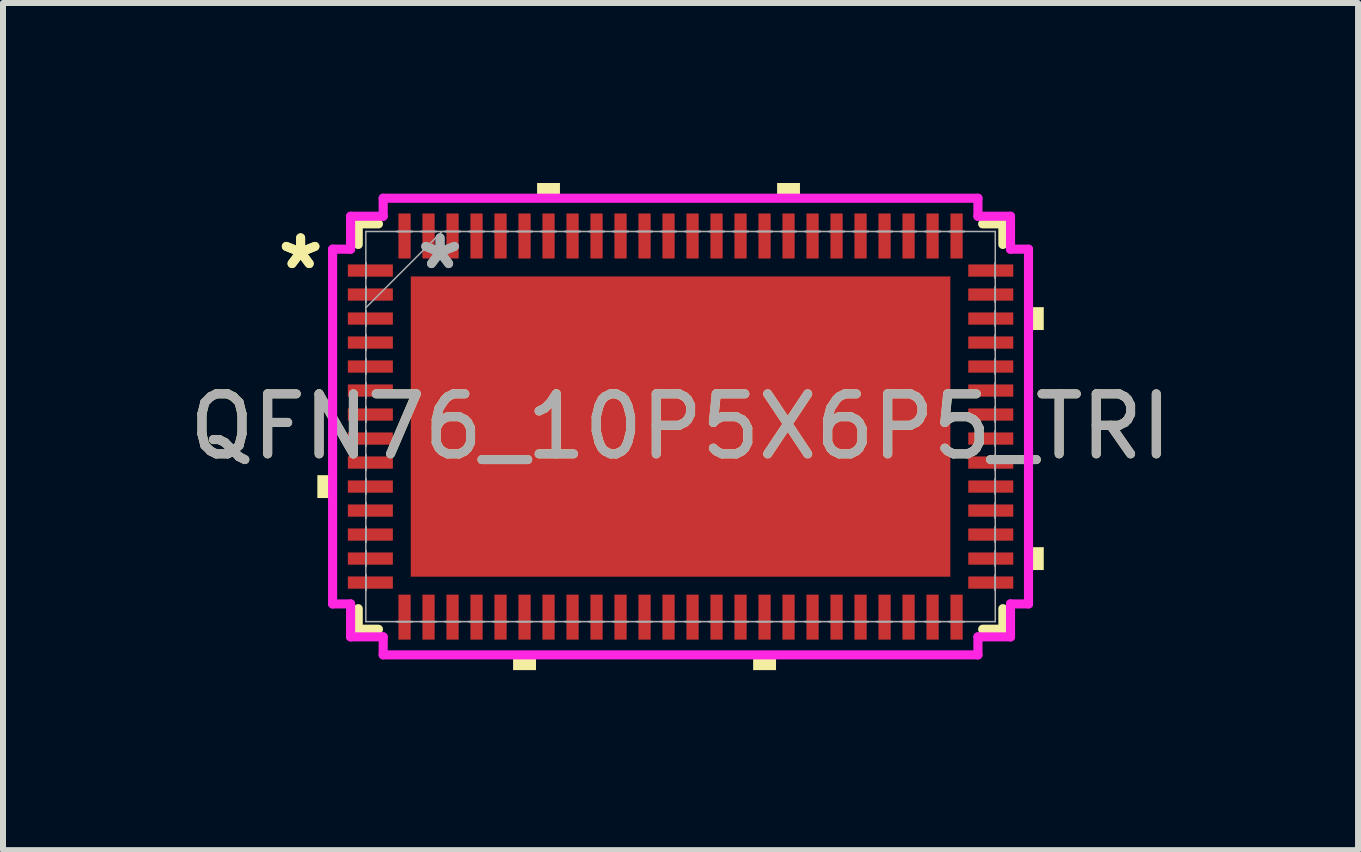
<source format=kicad_pcb>
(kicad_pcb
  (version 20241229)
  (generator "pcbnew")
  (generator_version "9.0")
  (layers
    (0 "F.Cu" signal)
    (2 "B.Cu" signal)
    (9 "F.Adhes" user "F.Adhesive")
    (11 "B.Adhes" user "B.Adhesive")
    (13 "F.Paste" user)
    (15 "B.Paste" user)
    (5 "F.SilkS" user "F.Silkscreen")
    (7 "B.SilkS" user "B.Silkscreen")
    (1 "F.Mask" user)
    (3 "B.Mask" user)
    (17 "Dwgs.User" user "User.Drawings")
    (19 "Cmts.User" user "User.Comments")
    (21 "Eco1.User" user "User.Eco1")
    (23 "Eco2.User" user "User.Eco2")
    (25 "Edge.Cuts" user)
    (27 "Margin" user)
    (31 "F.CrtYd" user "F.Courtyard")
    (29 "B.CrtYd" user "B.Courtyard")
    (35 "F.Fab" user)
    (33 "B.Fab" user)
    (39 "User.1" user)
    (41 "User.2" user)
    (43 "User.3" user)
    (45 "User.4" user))
  (footprint "QFN76_10P5X6P5_TRI"
    (layer "F.Cu")
    (at 8.292 4.059)
    (property "Reference" "QFN76_10P5X6P5_TRI" (at 0 0 0) (unlocked yes) (layer "F.SilkS") (effects (font (size 1 1) (thickness 0.15))))
    (attr smd)
    (fp_line (start -5.372 -3.378) (end -5.372 -3.035) (stroke (width 0.152) (type solid)) (layer "F.SilkS"))
    (fp_line (start -5.372 3.035) (end -5.372 3.378) (stroke (width 0.152) (type solid)) (layer "F.SilkS"))
    (fp_line (start -5.372 3.378) (end -5.035 3.378) (stroke (width 0.152) (type solid)) (layer "F.SilkS"))
    (fp_line (start -5.035 -3.378) (end -5.372 -3.378) (stroke (width 0.152) (type solid)) (layer "F.SilkS"))
    (fp_line (start 5.035 3.378) (end 5.372 3.378) (stroke (width 0.152) (type solid)) (layer "F.SilkS"))
    (fp_line (start 5.372 -3.378) (end 5.035 -3.378) (stroke (width 0.152) (type solid)) (layer "F.SilkS"))
    (fp_line (start 5.372 -3.035) (end 5.372 -3.378) (stroke (width 0.152) (type solid)) (layer "F.SilkS"))
    (fp_line (start 5.372 3.378) (end 5.372 3.035) (stroke (width 0.152) (type solid)) (layer "F.SilkS"))
    (fp_poly (pts (xy -6.053 0.81) (xy -6.053 1.191) (xy -5.799 1.191) (xy -5.799 0.81)) (stroke (width 0) (type solid)) (fill yes) (layer "F.SilkS"))
    (fp_poly (pts (xy -2.791 3.805) (xy -2.791 4.059) (xy -2.409 4.059) (xy -2.409 3.805)) (stroke (width 0) (type solid)) (fill yes) (layer "F.SilkS"))
    (fp_poly (pts (xy -2.391 -3.805) (xy -2.391 -4.059) (xy -2.01 -4.059) (xy -2.01 -3.805)) (stroke (width 0) (type solid)) (fill yes) (layer "F.SilkS"))
    (fp_poly (pts (xy 1.21 3.805) (xy 1.21 4.059) (xy 1.591 4.059) (xy 1.591 3.805)) (stroke (width 0) (type solid)) (fill yes) (layer "F.SilkS"))
    (fp_poly (pts (xy 1.609 -3.805) (xy 1.609 -4.059) (xy 1.99 -4.059) (xy 1.99 -3.805)) (stroke (width 0) (type solid)) (fill yes) (layer "F.SilkS"))
    (fp_poly (pts (xy 6.053 -1.99) (xy 6.053 -1.609) (xy 5.799 -1.609) (xy 5.799 -1.99)) (stroke (width 0) (type solid)) (fill yes) (layer "F.SilkS"))
    (fp_poly (pts (xy 6.053 2.01) (xy 6.053 2.391) (xy 5.799 2.391) (xy 5.799 2.01)) (stroke (width 0) (type solid)) (fill yes) (layer "F.SilkS"))
    (fp_line (start -5.799 -2.956) (end -5.499 -2.956) (stroke (width 0.152) (type solid)) (layer "F.CrtYd"))
    (fp_line (start -5.799 2.956) (end -5.799 -2.956) (stroke (width 0.152) (type solid)) (layer "F.CrtYd"))
    (fp_line (start -5.499 -3.505) (end -4.956 -3.505) (stroke (width 0.152) (type solid)) (layer "F.CrtYd"))
    (fp_line (start -5.499 -2.956) (end -5.499 -3.505) (stroke (width 0.152) (type solid)) (layer "F.CrtYd"))
    (fp_line (start -5.499 2.956) (end -5.799 2.956) (stroke (width 0.152) (type solid)) (layer "F.CrtYd"))
    (fp_line (start -5.499 3.505) (end -5.499 2.956) (stroke (width 0.152) (type solid)) (layer "F.CrtYd"))
    (fp_line (start -4.956 -3.805) (end 4.956 -3.805) (stroke (width 0.152) (type solid)) (layer "F.CrtYd"))
    (fp_line (start -4.956 -3.505) (end -4.956 -3.805) (stroke (width 0.152) (type solid)) (layer "F.CrtYd"))
    (fp_line (start -4.956 3.505) (end -5.499 3.505) (stroke (width 0.152) (type solid)) (layer "F.CrtYd"))
    (fp_line (start -4.956 3.805) (end -4.956 3.505) (stroke (width 0.152) (type solid)) (layer "F.CrtYd"))
    (fp_line (start 4.956 -3.805) (end 4.956 -3.505) (stroke (width 0.152) (type solid)) (layer "F.CrtYd"))
    (fp_line (start 4.956 -3.505) (end 5.499 -3.505) (stroke (width 0.152) (type solid)) (layer "F.CrtYd"))
    (fp_line (start 4.956 3.505) (end 4.956 3.805) (stroke (width 0.152) (type solid)) (layer "F.CrtYd"))
    (fp_line (start 4.956 3.805) (end -4.956 3.805) (stroke (width 0.152) (type solid)) (layer "F.CrtYd"))
    (fp_line (start 5.499 -3.505) (end 5.499 -2.956) (stroke (width 0.152) (type solid)) (layer "F.CrtYd"))
    (fp_line (start 5.499 -2.956) (end 5.799 -2.956) (stroke (width 0.152) (type solid)) (layer "F.CrtYd"))
    (fp_line (start 5.499 2.956) (end 5.499 3.505) (stroke (width 0.152) (type solid)) (layer "F.CrtYd"))
    (fp_line (start 5.499 3.505) (end 4.956 3.505) (stroke (width 0.152) (type solid)) (layer "F.CrtYd"))
    (fp_line (start 5.799 -2.956) (end 5.799 2.956) (stroke (width 0.152) (type solid)) (layer "F.CrtYd"))
    (fp_line (start 5.799 2.956) (end 5.499 2.956) (stroke (width 0.152) (type solid)) (layer "F.CrtYd"))
    (fp_line (start -5.245 -3.251) (end -5.245 3.251) (stroke (width 0.025) (type solid)) (layer "F.Fab"))
    (fp_line (start -5.245 -2.727) (end -5.245 -2.727) (stroke (width 0.025) (type solid)) (layer "F.Fab"))
    (fp_line (start -5.245 -2.727) (end -5.245 -2.473) (stroke (width 0.025) (type solid)) (layer "F.Fab"))
    (fp_line (start -5.245 -2.473) (end -5.245 -2.727) (stroke (width 0.025) (type solid)) (layer "F.Fab"))
    (fp_line (start -5.245 -2.473) (end -5.245 -2.473) (stroke (width 0.025) (type solid)) (layer "F.Fab"))
    (fp_line (start -5.245 -2.327) (end -5.245 -2.327) (stroke (width 0.025) (type solid)) (layer "F.Fab"))
    (fp_line (start -5.245 -2.327) (end -5.245 -2.073) (stroke (width 0.025) (type solid)) (layer "F.Fab"))
    (fp_line (start -5.245 -2.073) (end -5.245 -2.327) (stroke (width 0.025) (type solid)) (layer "F.Fab"))
    (fp_line (start -5.245 -2.073) (end -5.245 -2.073) (stroke (width 0.025) (type solid)) (layer "F.Fab"))
    (fp_line (start -5.245 -1.981) (end -3.975 -3.251) (stroke (width 0.025) (type solid)) (layer "F.Fab"))
    (fp_line (start -5.245 -1.927) (end -5.245 -1.927) (stroke (width 0.025) (type solid)) (layer "F.Fab"))
    (fp_line (start -5.245 -1.927) (end -5.245 -1.673) (stroke (width 0.025) (type solid)) (layer "F.Fab"))
    (fp_line (start -5.245 -1.673) (end -5.245 -1.927) (stroke (width 0.025) (type solid)) (layer "F.Fab"))
    (fp_line (start -5.245 -1.673) (end -5.245 -1.673) (stroke (width 0.025) (type solid)) (layer "F.Fab"))
    (fp_line (start -5.245 -1.527) (end -5.245 -1.527) (stroke (width 0.025) (type solid)) (layer "F.Fab"))
    (fp_line (start -5.245 -1.527) (end -5.245 -1.273) (stroke (width 0.025) (type solid)) (layer "F.Fab"))
    (fp_line (start -5.245 -1.273) (end -5.245 -1.527) (stroke (width 0.025) (type solid)) (layer "F.Fab"))
    (fp_line (start -5.245 -1.273) (end -5.245 -1.273) (stroke (width 0.025) (type solid)) (layer "F.Fab"))
    (fp_line (start -5.245 -1.127) (end -5.245 -1.127) (stroke (width 0.025) (type solid)) (layer "F.Fab"))
    (fp_line (start -5.245 -1.127) (end -5.245 -0.873) (stroke (width 0.025) (type solid)) (layer "F.Fab"))
    (fp_line (start -5.245 -0.873) (end -5.245 -1.127) (stroke (width 0.025) (type solid)) (layer "F.Fab"))
    (fp_line (start -5.245 -0.873) (end -5.245 -0.873) (stroke (width 0.025) (type solid)) (layer "F.Fab"))
    (fp_line (start -5.245 -0.727) (end -5.245 -0.727) (stroke (width 0.025) (type solid)) (layer "F.Fab"))
    (fp_line (start -5.245 -0.727) (end -5.245 -0.473) (stroke (width 0.025) (type solid)) (layer "F.Fab"))
    (fp_line (start -5.245 -0.473) (end -5.245 -0.727) (stroke (width 0.025) (type solid)) (layer "F.Fab"))
    (fp_line (start -5.245 -0.473) (end -5.245 -0.473) (stroke (width 0.025) (type solid)) (layer "F.Fab"))
    (fp_line (start -5.245 -0.327) (end -5.245 -0.327) (stroke (width 0.025) (type solid)) (layer "F.Fab"))
    (fp_line (start -5.245 -0.327) (end -5.245 -0.073) (stroke (width 0.025) (type solid)) (layer "F.Fab"))
    (fp_line (start -5.245 -0.073) (end -5.245 -0.327) (stroke (width 0.025) (type solid)) (layer "F.Fab"))
    (fp_line (start -5.245 -0.073) (end -5.245 -0.073) (stroke (width 0.025) (type solid)) (layer "F.Fab"))
    (fp_line (start -5.245 0.073) (end -5.245 0.073) (stroke (width 0.025) (type solid)) (layer "F.Fab"))
    (fp_line (start -5.245 0.073) (end -5.245 0.327) (stroke (width 0.025) (type solid)) (layer "F.Fab"))
    (fp_line (start -5.245 0.327) (end -5.245 0.073) (stroke (width 0.025) (type solid)) (layer "F.Fab"))
    (fp_line (start -5.245 0.327) (end -5.245 0.327) (stroke (width 0.025) (type solid)) (layer "F.Fab"))
    (fp_line (start -5.245 0.473) (end -5.245 0.473) (stroke (width 0.025) (type solid)) (layer "F.Fab"))
    (fp_line (start -5.245 0.473) (end -5.245 0.727) (stroke (width 0.025) (type solid)) (layer "F.Fab"))
    (fp_line (start -5.245 0.727) (end -5.245 0.473) (stroke (width 0.025) (type solid)) (layer "F.Fab"))
    (fp_line (start -5.245 0.727) (end -5.245 0.727) (stroke (width 0.025) (type solid)) (layer "F.Fab"))
    (fp_line (start -5.245 0.873) (end -5.245 0.873) (stroke (width 0.025) (type solid)) (layer "F.Fab"))
    (fp_line (start -5.245 0.873) (end -5.245 1.127) (stroke (width 0.025) (type solid)) (layer "F.Fab"))
    (fp_line (start -5.245 1.127) (end -5.245 0.873) (stroke (width 0.025) (type solid)) (layer "F.Fab"))
    (fp_line (start -5.245 1.127) (end -5.245 1.127) (stroke (width 0.025) (type solid)) (layer "F.Fab"))
    (fp_line (start -5.245 1.273) (end -5.245 1.273) (stroke (width 0.025) (type solid)) (layer "F.Fab"))
    (fp_line (start -5.245 1.273) (end -5.245 1.527) (stroke (width 0.025) (type solid)) (layer "F.Fab"))
    (fp_line (start -5.245 1.527) (end -5.245 1.273) (stroke (width 0.025) (type solid)) (layer "F.Fab"))
    (fp_line (start -5.245 1.527) (end -5.245 1.527) (stroke (width 0.025) (type solid)) (layer "F.Fab"))
    (fp_line (start -5.245 1.673) (end -5.245 1.673) (stroke (width 0.025) (type solid)) (layer "F.Fab"))
    (fp_line (start -5.245 1.673) (end -5.245 1.927) (stroke (width 0.025) (type solid)) (layer "F.Fab"))
    (fp_line (start -5.245 1.927) (end -5.245 1.673) (stroke (width 0.025) (type solid)) (layer "F.Fab"))
    (fp_line (start -5.245 1.927) (end -5.245 1.927) (stroke (width 0.025) (type solid)) (layer "F.Fab"))
    (fp_line (start -5.245 2.073) (end -5.245 2.073) (stroke (width 0.025) (type solid)) (layer "F.Fab"))
    (fp_line (start -5.245 2.073) (end -5.245 2.327) (stroke (width 0.025) (type solid)) (layer "F.Fab"))
    (fp_line (start -5.245 2.327) (end -5.245 2.073) (stroke (width 0.025) (type solid)) (layer "F.Fab"))
    (fp_line (start -5.245 2.327) (end -5.245 2.327) (stroke (width 0.025) (type solid)) (layer "F.Fab"))
    (fp_line (start -5.245 2.473) (end -5.245 2.473) (stroke (width 0.025) (type solid)) (layer "F.Fab"))
    (fp_line (start -5.245 2.473) (end -5.245 2.727) (stroke (width 0.025) (type solid)) (layer "F.Fab"))
    (fp_line (start -5.245 2.727) (end -5.245 2.473) (stroke (width 0.025) (type solid)) (layer "F.Fab"))
    (fp_line (start -5.245 2.727) (end -5.245 2.727) (stroke (width 0.025) (type solid)) (layer "F.Fab"))
    (fp_line (start -5.245 3.251) (end 5.245 3.251) (stroke (width 0.025) (type solid)) (layer "F.Fab"))
    (fp_line (start -4.727 -3.251) (end -4.727 -3.251) (stroke (width 0.025) (type solid)) (layer "F.Fab"))
    (fp_line (start -4.727 -3.251) (end -4.473 -3.251) (stroke (width 0.025) (type solid)) (layer "F.Fab"))
    (fp_line (start -4.727 3.251) (end -4.727 3.251) (stroke (width 0.025) (type solid)) (layer "F.Fab"))
    (fp_line (start -4.727 3.251) (end -4.473 3.251) (stroke (width 0.025) (type solid)) (layer "F.Fab"))
    (fp_line (start -4.473 -3.251) (end -4.727 -3.251) (stroke (width 0.025) (type solid)) (layer "F.Fab"))
    (fp_line (start -4.473 -3.251) (end -4.473 -3.251) (stroke (width 0.025) (type solid)) (layer "F.Fab"))
    (fp_line (start -4.473 3.251) (end -4.727 3.251) (stroke (width 0.025) (type solid)) (layer "F.Fab"))
    (fp_line (start -4.473 3.251) (end -4.473 3.251) (stroke (width 0.025) (type solid)) (layer "F.Fab"))
    (fp_line (start -4.327 -3.251) (end -4.327 -3.251) (stroke (width 0.025) (type solid)) (layer "F.Fab"))
    (fp_line (start -4.327 -3.251) (end -4.073 -3.251) (stroke (width 0.025) (type solid)) (layer "F.Fab"))
    (fp_line (start -4.327 3.251) (end -4.327 3.251) (stroke (width 0.025) (type solid)) (layer "F.Fab"))
    (fp_line (start -4.327 3.251) (end -4.073 3.251) (stroke (width 0.025) (type solid)) (layer "F.Fab"))
    (fp_line (start -4.073 -3.251) (end -4.327 -3.251) (stroke (width 0.025) (type solid)) (layer "F.Fab"))
    (fp_line (start -4.073 -3.251) (end -4.073 -3.251) (stroke (width 0.025) (type solid)) (layer "F.Fab"))
    (fp_line (start -4.073 3.251) (end -4.327 3.251) (stroke (width 0.025) (type solid)) (layer "F.Fab"))
    (fp_line (start -4.073 3.251) (end -4.073 3.251) (stroke (width 0.025) (type solid)) (layer "F.Fab"))
    (fp_line (start -3.927 -3.251) (end -3.927 -3.251) (stroke (width 0.025) (type solid)) (layer "F.Fab"))
    (fp_line (start -3.927 -3.251) (end -3.673 -3.251) (stroke (width 0.025) (type solid)) (layer "F.Fab"))
    (fp_line (start -3.927 3.251) (end -3.927 3.251) (stroke (width 0.025) (type solid)) (layer "F.Fab"))
    (fp_line (start -3.927 3.251) (end -3.673 3.251) (stroke (width 0.025) (type solid)) (layer "F.Fab"))
    (fp_line (start -3.673 -3.251) (end -3.927 -3.251) (stroke (width 0.025) (type solid)) (layer "F.Fab"))
    (fp_line (start -3.673 -3.251) (end -3.673 -3.251) (stroke (width 0.025) (type solid)) (layer "F.Fab"))
    (fp_line (start -3.673 3.251) (end -3.927 3.251) (stroke (width 0.025) (type solid)) (layer "F.Fab"))
    (fp_line (start -3.673 3.251) (end -3.673 3.251) (stroke (width 0.025) (type solid)) (layer "F.Fab"))
    (fp_line (start -3.527 -3.251) (end -3.527 -3.251) (stroke (width 0.025) (type solid)) (layer "F.Fab"))
    (fp_line (start -3.527 -3.251) (end -3.273 -3.251) (stroke (width 0.025) (type solid)) (layer "F.Fab"))
    (fp_line (start -3.527 3.251) (end -3.527 3.251) (stroke (width 0.025) (type solid)) (layer "F.Fab"))
    (fp_line (start -3.527 3.251) (end -3.273 3.251) (stroke (width 0.025) (type solid)) (layer "F.Fab"))
    (fp_line (start -3.273 -3.251) (end -3.527 -3.251) (stroke (width 0.025) (type solid)) (layer "F.Fab"))
    (fp_line (start -3.273 -3.251) (end -3.273 -3.251) (stroke (width 0.025) (type solid)) (layer "F.Fab"))
    (fp_line (start -3.273 3.251) (end -3.527 3.251) (stroke (width 0.025) (type solid)) (layer "F.Fab"))
    (fp_line (start -3.273 3.251) (end -3.273 3.251) (stroke (width 0.025) (type solid)) (layer "F.Fab"))
    (fp_line (start -3.127 -3.251) (end -3.127 -3.251) (stroke (width 0.025) (type solid)) (layer "F.Fab"))
    (fp_line (start -3.127 -3.251) (end -2.873 -3.251) (stroke (width 0.025) (type solid)) (layer "F.Fab"))
    (fp_line (start -3.127 3.251) (end -3.127 3.251) (stroke (width 0.025) (type solid)) (layer "F.Fab"))
    (fp_line (start -3.127 3.251) (end -2.873 3.251) (stroke (width 0.025) (type solid)) (layer "F.Fab"))
    (fp_line (start -2.873 -3.251) (end -3.127 -3.251) (stroke (width 0.025) (type solid)) (layer "F.Fab"))
    (fp_line (start -2.873 -3.251) (end -2.873 -3.251) (stroke (width 0.025) (type solid)) (layer "F.Fab"))
    (fp_line (start -2.873 3.251) (end -3.127 3.251) (stroke (width 0.025) (type solid)) (layer "F.Fab"))
    (fp_line (start -2.873 3.251) (end -2.873 3.251) (stroke (width 0.025) (type solid)) (layer "F.Fab"))
    (fp_line (start -2.727 -3.251) (end -2.727 -3.251) (stroke (width 0.025) (type solid)) (layer "F.Fab"))
    (fp_line (start -2.727 -3.251) (end -2.473 -3.251) (stroke (width 0.025) (type solid)) (layer "F.Fab"))
    (fp_line (start -2.727 3.251) (end -2.727 3.251) (stroke (width 0.025) (type solid)) (layer "F.Fab"))
    (fp_line (start -2.727 3.251) (end -2.473 3.251) (stroke (width 0.025) (type solid)) (layer "F.Fab"))
    (fp_line (start -2.473 -3.251) (end -2.727 -3.251) (stroke (width 0.025) (type solid)) (layer "F.Fab"))
    (fp_line (start -2.473 -3.251) (end -2.473 -3.251) (stroke (width 0.025) (type solid)) (layer "F.Fab"))
    (fp_line (start -2.473 3.251) (end -2.727 3.251) (stroke (width 0.025) (type solid)) (layer "F.Fab"))
    (fp_line (start -2.473 3.251) (end -2.473 3.251) (stroke (width 0.025) (type solid)) (layer "F.Fab"))
    (fp_line (start -2.327 -3.251) (end -2.327 -3.251) (stroke (width 0.025) (type solid)) (layer "F.Fab"))
    (fp_line (start -2.327 -3.251) (end -2.073 -3.251) (stroke (width 0.025) (type solid)) (layer "F.Fab"))
    (fp_line (start -2.327 3.251) (end -2.327 3.251) (stroke (width 0.025) (type solid)) (layer "F.Fab"))
    (fp_line (start -2.327 3.251) (end -2.073 3.251) (stroke (width 0.025) (type solid)) (layer "F.Fab"))
    (fp_line (start -2.073 -3.251) (end -2.327 -3.251) (stroke (width 0.025) (type solid)) (layer "F.Fab"))
    (fp_line (start -2.073 -3.251) (end -2.073 -3.251) (stroke (width 0.025) (type solid)) (layer "F.Fab"))
    (fp_line (start -2.073 3.251) (end -2.327 3.251) (stroke (width 0.025) (type solid)) (layer "F.Fab"))
    (fp_line (start -2.073 3.251) (end -2.073 3.251) (stroke (width 0.025) (type solid)) (layer "F.Fab"))
    (fp_line (start -1.927 -3.251) (end -1.927 -3.251) (stroke (width 0.025) (type solid)) (layer "F.Fab"))
    (fp_line (start -1.927 -3.251) (end -1.673 -3.251) (stroke (width 0.025) (type solid)) (layer "F.Fab"))
    (fp_line (start -1.927 3.251) (end -1.927 3.251) (stroke (width 0.025) (type solid)) (layer "F.Fab"))
    (fp_line (start -1.927 3.251) (end -1.673 3.251) (stroke (width 0.025) (type solid)) (layer "F.Fab"))
    (fp_line (start -1.673 -3.251) (end -1.927 -3.251) (stroke (width 0.025) (type solid)) (layer "F.Fab"))
    (fp_line (start -1.673 -3.251) (end -1.673 -3.251) (stroke (width 0.025) (type solid)) (layer "F.Fab"))
    (fp_line (start -1.673 3.251) (end -1.927 3.251) (stroke (width 0.025) (type solid)) (layer "F.Fab"))
    (fp_line (start -1.673 3.251) (end -1.673 3.251) (stroke (width 0.025) (type solid)) (layer "F.Fab"))
    (fp_line (start -1.527 -3.251) (end -1.527 -3.251) (stroke (width 0.025) (type solid)) (layer "F.Fab"))
    (fp_line (start -1.527 -3.251) (end -1.273 -3.251) (stroke (width 0.025) (type solid)) (layer "F.Fab"))
    (fp_line (start -1.527 3.251) (end -1.527 3.251) (stroke (width 0.025) (type solid)) (layer "F.Fab"))
    (fp_line (start -1.527 3.251) (end -1.273 3.251) (stroke (width 0.025) (type solid)) (layer "F.Fab"))
    (fp_line (start -1.273 -3.251) (end -1.527 -3.251) (stroke (width 0.025) (type solid)) (layer "F.Fab"))
    (fp_line (start -1.273 -3.251) (end -1.273 -3.251) (stroke (width 0.025) (type solid)) (layer "F.Fab"))
    (fp_line (start -1.273 3.251) (end -1.527 3.251) (stroke (width 0.025) (type solid)) (layer "F.Fab"))
    (fp_line (start -1.273 3.251) (end -1.273 3.251) (stroke (width 0.025) (type solid)) (layer "F.Fab"))
    (fp_line (start -1.127 -3.251) (end -1.127 -3.251) (stroke (width 0.025) (type solid)) (layer "F.Fab"))
    (fp_line (start -1.127 -3.251) (end -0.873 -3.251) (stroke (width 0.025) (type solid)) (layer "F.Fab"))
    (fp_line (start -1.127 3.251) (end -1.127 3.251) (stroke (width 0.025) (type solid)) (layer "F.Fab"))
    (fp_line (start -1.127 3.251) (end -0.873 3.251) (stroke (width 0.025) (type solid)) (layer "F.Fab"))
    (fp_line (start -0.873 -3.251) (end -1.127 -3.251) (stroke (width 0.025) (type solid)) (layer "F.Fab"))
    (fp_line (start -0.873 -3.251) (end -0.873 -3.251) (stroke (width 0.025) (type solid)) (layer "F.Fab"))
    (fp_line (start -0.873 3.251) (end -1.127 3.251) (stroke (width 0.025) (type solid)) (layer "F.Fab"))
    (fp_line (start -0.873 3.251) (end -0.873 3.251) (stroke (width 0.025) (type solid)) (layer "F.Fab"))
    (fp_line (start -0.727 -3.251) (end -0.727 -3.251) (stroke (width 0.025) (type solid)) (layer "F.Fab"))
    (fp_line (start -0.727 -3.251) (end -0.473 -3.251) (stroke (width 0.025) (type solid)) (layer "F.Fab"))
    (fp_line (start -0.727 3.251) (end -0.727 3.251) (stroke (width 0.025) (type solid)) (layer "F.Fab"))
    (fp_line (start -0.727 3.251) (end -0.473 3.251) (stroke (width 0.025) (type solid)) (layer "F.Fab"))
    (fp_line (start -0.473 -3.251) (end -0.727 -3.251) (stroke (width 0.025) (type solid)) (layer "F.Fab"))
    (fp_line (start -0.473 -3.251) (end -0.473 -3.251) (stroke (width 0.025) (type solid)) (layer "F.Fab"))
    (fp_line (start -0.473 3.251) (end -0.727 3.251) (stroke (width 0.025) (type solid)) (layer "F.Fab"))
    (fp_line (start -0.473 3.251) (end -0.473 3.251) (stroke (width 0.025) (type solid)) (layer "F.Fab"))
    (fp_line (start -0.327 -3.251) (end -0.327 -3.251) (stroke (width 0.025) (type solid)) (layer "F.Fab"))
    (fp_line (start -0.327 -3.251) (end -0.073 -3.251) (stroke (width 0.025) (type solid)) (layer "F.Fab"))
    (fp_line (start -0.327 3.251) (end -0.327 3.251) (stroke (width 0.025) (type solid)) (layer "F.Fab"))
    (fp_line (start -0.327 3.251) (end -0.073 3.251) (stroke (width 0.025) (type solid)) (layer "F.Fab"))
    (fp_line (start -0.073 -3.251) (end -0.327 -3.251) (stroke (width 0.025) (type solid)) (layer "F.Fab"))
    (fp_line (start -0.073 -3.251) (end -0.073 -3.251) (stroke (width 0.025) (type solid)) (layer "F.Fab"))
    (fp_line (start -0.073 3.251) (end -0.327 3.251) (stroke (width 0.025) (type solid)) (layer "F.Fab"))
    (fp_line (start -0.073 3.251) (end -0.073 3.251) (stroke (width 0.025) (type solid)) (layer "F.Fab"))
    (fp_line (start 0.073 -3.251) (end 0.073 -3.251) (stroke (width 0.025) (type solid)) (layer "F.Fab"))
    (fp_line (start 0.073 -3.251) (end 0.327 -3.251) (stroke (width 0.025) (type solid)) (layer "F.Fab"))
    (fp_line (start 0.073 3.251) (end 0.073 3.251) (stroke (width 0.025) (type solid)) (layer "F.Fab"))
    (fp_line (start 0.073 3.251) (end 0.327 3.251) (stroke (width 0.025) (type solid)) (layer "F.Fab"))
    (fp_line (start 0.327 -3.251) (end 0.073 -3.251) (stroke (width 0.025) (type solid)) (layer "F.Fab"))
    (fp_line (start 0.327 -3.251) (end 0.327 -3.251) (stroke (width 0.025) (type solid)) (layer "F.Fab"))
    (fp_line (start 0.327 3.251) (end 0.073 3.251) (stroke (width 0.025) (type solid)) (layer "F.Fab"))
    (fp_line (start 0.327 3.251) (end 0.327 3.251) (stroke (width 0.025) (type solid)) (layer "F.Fab"))
    (fp_line (start 0.473 -3.251) (end 0.473 -3.251) (stroke (width 0.025) (type solid)) (layer "F.Fab"))
    (fp_line (start 0.473 -3.251) (end 0.727 -3.251) (stroke (width 0.025) (type solid)) (layer "F.Fab"))
    (fp_line (start 0.473 3.251) (end 0.473 3.251) (stroke (width 0.025) (type solid)) (layer "F.Fab"))
    (fp_line (start 0.473 3.251) (end 0.727 3.251) (stroke (width 0.025) (type solid)) (layer "F.Fab"))
    (fp_line (start 0.727 -3.251) (end 0.473 -3.251) (stroke (width 0.025) (type solid)) (layer "F.Fab"))
    (fp_line (start 0.727 -3.251) (end 0.727 -3.251) (stroke (width 0.025) (type solid)) (layer "F.Fab"))
    (fp_line (start 0.727 3.251) (end 0.473 3.251) (stroke (width 0.025) (type solid)) (layer "F.Fab"))
    (fp_line (start 0.727 3.251) (end 0.727 3.251) (stroke (width 0.025) (type solid)) (layer "F.Fab"))
    (fp_line (start 0.873 -3.251) (end 0.873 -3.251) (stroke (width 0.025) (type solid)) (layer "F.Fab"))
    (fp_line (start 0.873 -3.251) (end 1.127 -3.251) (stroke (width 0.025) (type solid)) (layer "F.Fab"))
    (fp_line (start 0.873 3.251) (end 0.873 3.251) (stroke (width 0.025) (type solid)) (layer "F.Fab"))
    (fp_line (start 0.873 3.251) (end 1.127 3.251) (stroke (width 0.025) (type solid)) (layer "F.Fab"))
    (fp_line (start 1.127 -3.251) (end 0.873 -3.251) (stroke (width 0.025) (type solid)) (layer "F.Fab"))
    (fp_line (start 1.127 -3.251) (end 1.127 -3.251) (stroke (width 0.025) (type solid)) (layer "F.Fab"))
    (fp_line (start 1.127 3.251) (end 0.873 3.251) (stroke (width 0.025) (type solid)) (layer "F.Fab"))
    (fp_line (start 1.127 3.251) (end 1.127 3.251) (stroke (width 0.025) (type solid)) (layer "F.Fab"))
    (fp_line (start 1.273 -3.251) (end 1.273 -3.251) (stroke (width 0.025) (type solid)) (layer "F.Fab"))
    (fp_line (start 1.273 -3.251) (end 1.527 -3.251) (stroke (width 0.025) (type solid)) (layer "F.Fab"))
    (fp_line (start 1.273 3.251) (end 1.273 3.251) (stroke (width 0.025) (type solid)) (layer "F.Fab"))
    (fp_line (start 1.273 3.251) (end 1.527 3.251) (stroke (width 0.025) (type solid)) (layer "F.Fab"))
    (fp_line (start 1.527 -3.251) (end 1.273 -3.251) (stroke (width 0.025) (type solid)) (layer "F.Fab"))
    (fp_line (start 1.527 -3.251) (end 1.527 -3.251) (stroke (width 0.025) (type solid)) (layer "F.Fab"))
    (fp_line (start 1.527 3.251) (end 1.273 3.251) (stroke (width 0.025) (type solid)) (layer "F.Fab"))
    (fp_line (start 1.527 3.251) (end 1.527 3.251) (stroke (width 0.025) (type solid)) (layer "F.Fab"))
    (fp_line (start 1.673 -3.251) (end 1.673 -3.251) (stroke (width 0.025) (type solid)) (layer "F.Fab"))
    (fp_line (start 1.673 -3.251) (end 1.927 -3.251) (stroke (width 0.025) (type solid)) (layer "F.Fab"))
    (fp_line (start 1.673 3.251) (end 1.673 3.251) (stroke (width 0.025) (type solid)) (layer "F.Fab"))
    (fp_line (start 1.673 3.251) (end 1.927 3.251) (stroke (width 0.025) (type solid)) (layer "F.Fab"))
    (fp_line (start 1.927 -3.251) (end 1.673 -3.251) (stroke (width 0.025) (type solid)) (layer "F.Fab"))
    (fp_line (start 1.927 -3.251) (end 1.927 -3.251) (stroke (width 0.025) (type solid)) (layer "F.Fab"))
    (fp_line (start 1.927 3.251) (end 1.673 3.251) (stroke (width 0.025) (type solid)) (layer "F.Fab"))
    (fp_line (start 1.927 3.251) (end 1.927 3.251) (stroke (width 0.025) (type solid)) (layer "F.Fab"))
    (fp_line (start 2.073 -3.251) (end 2.073 -3.251) (stroke (width 0.025) (type solid)) (layer "F.Fab"))
    (fp_line (start 2.073 -3.251) (end 2.327 -3.251) (stroke (width 0.025) (type solid)) (layer "F.Fab"))
    (fp_line (start 2.073 3.251) (end 2.073 3.251) (stroke (width 0.025) (type solid)) (layer "F.Fab"))
    (fp_line (start 2.073 3.251) (end 2.327 3.251) (stroke (width 0.025) (type solid)) (layer "F.Fab"))
    (fp_line (start 2.327 -3.251) (end 2.073 -3.251) (stroke (width 0.025) (type solid)) (layer "F.Fab"))
    (fp_line (start 2.327 -3.251) (end 2.327 -3.251) (stroke (width 0.025) (type solid)) (layer "F.Fab"))
    (fp_line (start 2.327 3.251) (end 2.073 3.251) (stroke (width 0.025) (type solid)) (layer "F.Fab"))
    (fp_line (start 2.327 3.251) (end 2.327 3.251) (stroke (width 0.025) (type solid)) (layer "F.Fab"))
    (fp_line (start 2.473 -3.251) (end 2.473 -3.251) (stroke (width 0.025) (type solid)) (layer "F.Fab"))
    (fp_line (start 2.473 -3.251) (end 2.727 -3.251) (stroke (width 0.025) (type solid)) (layer "F.Fab"))
    (fp_line (start 2.473 3.251) (end 2.473 3.251) (stroke (width 0.025) (type solid)) (layer "F.Fab"))
    (fp_line (start 2.473 3.251) (end 2.727 3.251) (stroke (width 0.025) (type solid)) (layer "F.Fab"))
    (fp_line (start 2.727 -3.251) (end 2.473 -3.251) (stroke (width 0.025) (type solid)) (layer "F.Fab"))
    (fp_line (start 2.727 -3.251) (end 2.727 -3.251) (stroke (width 0.025) (type solid)) (layer "F.Fab"))
    (fp_line (start 2.727 3.251) (end 2.473 3.251) (stroke (width 0.025) (type solid)) (layer "F.Fab"))
    (fp_line (start 2.727 3.251) (end 2.727 3.251) (stroke (width 0.025) (type solid)) (layer "F.Fab"))
    (fp_line (start 2.873 -3.251) (end 2.873 -3.251) (stroke (width 0.025) (type solid)) (layer "F.Fab"))
    (fp_line (start 2.873 -3.251) (end 3.127 -3.251) (stroke (width 0.025) (type solid)) (layer "F.Fab"))
    (fp_line (start 2.873 3.251) (end 2.873 3.251) (stroke (width 0.025) (type solid)) (layer "F.Fab"))
    (fp_line (start 2.873 3.251) (end 3.127 3.251) (stroke (width 0.025) (type solid)) (layer "F.Fab"))
    (fp_line (start 3.127 -3.251) (end 2.873 -3.251) (stroke (width 0.025) (type solid)) (layer "F.Fab"))
    (fp_line (start 3.127 -3.251) (end 3.127 -3.251) (stroke (width 0.025) (type solid)) (layer "F.Fab"))
    (fp_line (start 3.127 3.251) (end 2.873 3.251) (stroke (width 0.025) (type solid)) (layer "F.Fab"))
    (fp_line (start 3.127 3.251) (end 3.127 3.251) (stroke (width 0.025) (type solid)) (layer "F.Fab"))
    (fp_line (start 3.273 -3.251) (end 3.273 -3.251) (stroke (width 0.025) (type solid)) (layer "F.Fab"))
    (fp_line (start 3.273 -3.251) (end 3.527 -3.251) (stroke (width 0.025) (type solid)) (layer "F.Fab"))
    (fp_line (start 3.273 3.251) (end 3.273 3.251) (stroke (width 0.025) (type solid)) (layer "F.Fab"))
    (fp_line (start 3.273 3.251) (end 3.527 3.251) (stroke (width 0.025) (type solid)) (layer "F.Fab"))
    (fp_line (start 3.527 -3.251) (end 3.273 -3.251) (stroke (width 0.025) (type solid)) (layer "F.Fab"))
    (fp_line (start 3.527 -3.251) (end 3.527 -3.251) (stroke (width 0.025) (type solid)) (layer "F.Fab"))
    (fp_line (start 3.527 3.251) (end 3.273 3.251) (stroke (width 0.025) (type solid)) (layer "F.Fab"))
    (fp_line (start 3.527 3.251) (end 3.527 3.251) (stroke (width 0.025) (type solid)) (layer "F.Fab"))
    (fp_line (start 3.673 -3.251) (end 3.673 -3.251) (stroke (width 0.025) (type solid)) (layer "F.Fab"))
    (fp_line (start 3.673 -3.251) (end 3.927 -3.251) (stroke (width 0.025) (type solid)) (layer "F.Fab"))
    (fp_line (start 3.673 3.251) (end 3.673 3.251) (stroke (width 0.025) (type solid)) (layer "F.Fab"))
    (fp_line (start 3.673 3.251) (end 3.927 3.251) (stroke (width 0.025) (type solid)) (layer "F.Fab"))
    (fp_line (start 3.927 -3.251) (end 3.673 -3.251) (stroke (width 0.025) (type solid)) (layer "F.Fab"))
    (fp_line (start 3.927 -3.251) (end 3.927 -3.251) (stroke (width 0.025) (type solid)) (layer "F.Fab"))
    (fp_line (start 3.927 3.251) (end 3.673 3.251) (stroke (width 0.025) (type solid)) (layer "F.Fab"))
    (fp_line (start 3.927 3.251) (end 3.927 3.251) (stroke (width 0.025) (type solid)) (layer "F.Fab"))
    (fp_line (start 4.073 -3.251) (end 4.073 -3.251) (stroke (width 0.025) (type solid)) (layer "F.Fab"))
    (fp_line (start 4.073 -3.251) (end 4.327 -3.251) (stroke (width 0.025) (type solid)) (layer "F.Fab"))
    (fp_line (start 4.073 3.251) (end 4.073 3.251) (stroke (width 0.025) (type solid)) (layer "F.Fab"))
    (fp_line (start 4.073 3.251) (end 4.327 3.251) (stroke (width 0.025) (type solid)) (layer "F.Fab"))
    (fp_line (start 4.327 -3.251) (end 4.073 -3.251) (stroke (width 0.025) (type solid)) (layer "F.Fab"))
    (fp_line (start 4.327 -3.251) (end 4.327 -3.251) (stroke (width 0.025) (type solid)) (layer "F.Fab"))
    (fp_line (start 4.327 3.251) (end 4.073 3.251) (stroke (width 0.025) (type solid)) (layer "F.Fab"))
    (fp_line (start 4.327 3.251) (end 4.327 3.251) (stroke (width 0.025) (type solid)) (layer "F.Fab"))
    (fp_line (start 4.473 -3.251) (end 4.473 -3.251) (stroke (width 0.025) (type solid)) (layer "F.Fab"))
    (fp_line (start 4.473 -3.251) (end 4.727 -3.251) (stroke (width 0.025) (type solid)) (layer "F.Fab"))
    (fp_line (start 4.473 3.251) (end 4.473 3.251) (stroke (width 0.025) (type solid)) (layer "F.Fab"))
    (fp_line (start 4.473 3.251) (end 4.727 3.251) (stroke (width 0.025) (type solid)) (layer "F.Fab"))
    (fp_line (start 4.727 -3.251) (end 4.473 -3.251) (stroke (width 0.025) (type solid)) (layer "F.Fab"))
    (fp_line (start 4.727 -3.251) (end 4.727 -3.251) (stroke (width 0.025) (type solid)) (layer "F.Fab"))
    (fp_line (start 4.727 3.251) (end 4.473 3.251) (stroke (width 0.025) (type solid)) (layer "F.Fab"))
    (fp_line (start 4.727 3.251) (end 4.727 3.251) (stroke (width 0.025) (type solid)) (layer "F.Fab"))
    (fp_line (start 5.245 -3.251) (end -5.245 -3.251) (stroke (width 0.025) (type solid)) (layer "F.Fab"))
    (fp_line (start 5.245 -2.727) (end 5.245 -2.727) (stroke (width 0.025) (type solid)) (layer "F.Fab"))
    (fp_line (start 5.245 -2.727) (end 5.245 -2.473) (stroke (width 0.025) (type solid)) (layer "F.Fab"))
    (fp_line (start 5.245 -2.473) (end 5.245 -2.727) (stroke (width 0.025) (type solid)) (layer "F.Fab"))
    (fp_line (start 5.245 -2.473) (end 5.245 -2.473) (stroke (width 0.025) (type solid)) (layer "F.Fab"))
    (fp_line (start 5.245 -2.327) (end 5.245 -2.327) (stroke (width 0.025) (type solid)) (layer "F.Fab"))
    (fp_line (start 5.245 -2.327) (end 5.245 -2.073) (stroke (width 0.025) (type solid)) (layer "F.Fab"))
    (fp_line (start 5.245 -2.073) (end 5.245 -2.327) (stroke (width 0.025) (type solid)) (layer "F.Fab"))
    (fp_line (start 5.245 -2.073) (end 5.245 -2.073) (stroke (width 0.025) (type solid)) (layer "F.Fab"))
    (fp_line (start 5.245 -1.927) (end 5.245 -1.927) (stroke (width 0.025) (type solid)) (layer "F.Fab"))
    (fp_line (start 5.245 -1.927) (end 5.245 -1.673) (stroke (width 0.025) (type solid)) (layer "F.Fab"))
    (fp_line (start 5.245 -1.673) (end 5.245 -1.927) (stroke (width 0.025) (type solid)) (layer "F.Fab"))
    (fp_line (start 5.245 -1.673) (end 5.245 -1.673) (stroke (width 0.025) (type solid)) (layer "F.Fab"))
    (fp_line (start 5.245 -1.527) (end 5.245 -1.527) (stroke (width 0.025) (type solid)) (layer "F.Fab"))
    (fp_line (start 5.245 -1.527) (end 5.245 -1.273) (stroke (width 0.025) (type solid)) (layer "F.Fab"))
    (fp_line (start 5.245 -1.273) (end 5.245 -1.527) (stroke (width 0.025) (type solid)) (layer "F.Fab"))
    (fp_line (start 5.245 -1.273) (end 5.245 -1.273) (stroke (width 0.025) (type solid)) (layer "F.Fab"))
    (fp_line (start 5.245 -1.127) (end 5.245 -1.127) (stroke (width 0.025) (type solid)) (layer "F.Fab"))
    (fp_line (start 5.245 -1.127) (end 5.245 -0.873) (stroke (width 0.025) (type solid)) (layer "F.Fab"))
    (fp_line (start 5.245 -0.873) (end 5.245 -1.127) (stroke (width 0.025) (type solid)) (layer "F.Fab"))
    (fp_line (start 5.245 -0.873) (end 5.245 -0.873) (stroke (width 0.025) (type solid)) (layer "F.Fab"))
    (fp_line (start 5.245 -0.727) (end 5.245 -0.727) (stroke (width 0.025) (type solid)) (layer "F.Fab"))
    (fp_line (start 5.245 -0.727) (end 5.245 -0.473) (stroke (width 0.025) (type solid)) (layer "F.Fab"))
    (fp_line (start 5.245 -0.473) (end 5.245 -0.727) (stroke (width 0.025) (type solid)) (layer "F.Fab"))
    (fp_line (start 5.245 -0.473) (end 5.245 -0.473) (stroke (width 0.025) (type solid)) (layer "F.Fab"))
    (fp_line (start 5.245 -0.327) (end 5.245 -0.327) (stroke (width 0.025) (type solid)) (layer "F.Fab"))
    (fp_line (start 5.245 -0.327) (end 5.245 -0.073) (stroke (width 0.025) (type solid)) (layer "F.Fab"))
    (fp_line (start 5.245 -0.073) (end 5.245 -0.327) (stroke (width 0.025) (type solid)) (layer "F.Fab"))
    (fp_line (start 5.245 -0.073) (end 5.245 -0.073) (stroke (width 0.025) (type solid)) (layer "F.Fab"))
    (fp_line (start 5.245 0.073) (end 5.245 0.073) (stroke (width 0.025) (type solid)) (layer "F.Fab"))
    (fp_line (start 5.245 0.073) (end 5.245 0.327) (stroke (width 0.025) (type solid)) (layer "F.Fab"))
    (fp_line (start 5.245 0.327) (end 5.245 0.073) (stroke (width 0.025) (type solid)) (layer "F.Fab"))
    (fp_line (start 5.245 0.327) (end 5.245 0.327) (stroke (width 0.025) (type solid)) (layer "F.Fab"))
    (fp_line (start 5.245 0.473) (end 5.245 0.473) (stroke (width 0.025) (type solid)) (layer "F.Fab"))
    (fp_line (start 5.245 0.473) (end 5.245 0.727) (stroke (width 0.025) (type solid)) (layer "F.Fab"))
    (fp_line (start 5.245 0.727) (end 5.245 0.473) (stroke (width 0.025) (type solid)) (layer "F.Fab"))
    (fp_line (start 5.245 0.727) (end 5.245 0.727) (stroke (width 0.025) (type solid)) (layer "F.Fab"))
    (fp_line (start 5.245 0.873) (end 5.245 0.873) (stroke (width 0.025) (type solid)) (layer "F.Fab"))
    (fp_line (start 5.245 0.873) (end 5.245 1.127) (stroke (width 0.025) (type solid)) (layer "F.Fab"))
    (fp_line (start 5.245 1.127) (end 5.245 0.873) (stroke (width 0.025) (type solid)) (layer "F.Fab"))
    (fp_line (start 5.245 1.127) (end 5.245 1.127) (stroke (width 0.025) (type solid)) (layer "F.Fab"))
    (fp_line (start 5.245 1.273) (end 5.245 1.273) (stroke (width 0.025) (type solid)) (layer "F.Fab"))
    (fp_line (start 5.245 1.273) (end 5.245 1.527) (stroke (width 0.025) (type solid)) (layer "F.Fab"))
    (fp_line (start 5.245 1.527) (end 5.245 1.273) (stroke (width 0.025) (type solid)) (layer "F.Fab"))
    (fp_line (start 5.245 1.527) (end 5.245 1.527) (stroke (width 0.025) (type solid)) (layer "F.Fab"))
    (fp_line (start 5.245 1.673) (end 5.245 1.673) (stroke (width 0.025) (type solid)) (layer "F.Fab"))
    (fp_line (start 5.245 1.673) (end 5.245 1.927) (stroke (width 0.025) (type solid)) (layer "F.Fab"))
    (fp_line (start 5.245 1.927) (end 5.245 1.673) (stroke (width 0.025) (type solid)) (layer "F.Fab"))
    (fp_line (start 5.245 1.927) (end 5.245 1.927) (stroke (width 0.025) (type solid)) (layer "F.Fab"))
    (fp_line (start 5.245 2.073) (end 5.245 2.073) (stroke (width 0.025) (type solid)) (layer "F.Fab"))
    (fp_line (start 5.245 2.073) (end 5.245 2.327) (stroke (width 0.025) (type solid)) (layer "F.Fab"))
    (fp_line (start 5.245 2.327) (end 5.245 2.073) (stroke (width 0.025) (type solid)) (layer "F.Fab"))
    (fp_line (start 5.245 2.327) (end 5.245 2.327) (stroke (width 0.025) (type solid)) (layer "F.Fab"))
    (fp_line (start 5.245 2.473) (end 5.245 2.473) (stroke (width 0.025) (type solid)) (layer "F.Fab"))
    (fp_line (start 5.245 2.473) (end 5.245 2.727) (stroke (width 0.025) (type solid)) (layer "F.Fab"))
    (fp_line (start 5.245 2.727) (end 5.245 2.473) (stroke (width 0.025) (type solid)) (layer "F.Fab"))
    (fp_line (start 5.245 2.727) (end 5.245 2.727) (stroke (width 0.025) (type solid)) (layer "F.Fab"))
    (fp_line (start 5.245 3.251) (end 5.245 -3.251) (stroke (width 0.025) (type solid)) (layer "F.Fab"))
    (fp_text user "*" (at -6.332 -2.6 0) (unlocked yes) (layer "F.SilkS") (effects (font (size 1 1) (thickness 0.15))))
    (fp_text user "*" (at -6.332 -2.6 0) (layer "F.SilkS") (effects (font (size 1 1) (thickness 0.15))))
    (fp_text user "*" (at -4.008 -2.6 0) (layer "F.Fab") (effects (font (size 1 1) (thickness 0.15))))
    (fp_text user "${REFERENCE}" (at 0 0 0) (unlocked yes) (layer "F.Fab") (effects (font (size 1 1) (thickness 0.15))))
    (fp_text user "*" (at -4.008 -2.6 0) (unlocked yes) (layer "F.Fab") (effects (font (size 1 1) (thickness 0.15))))
    (pad "1" smd rect (at -5.17 -2.6 90) (size 0.204 0.75) (layers "F.Cu" "F.Mask" "F.Paste"))
    (pad "2" smd rect (at -5.17 -2.2 90) (size 0.204 0.75) (layers "F.Cu" "F.Mask" "F.Paste"))
    (pad "3" smd rect (at -5.17 -1.8 90) (size 0.204 0.75) (layers "F.Cu" "F.Mask" "F.Paste"))
    (pad "4" smd rect (at -5.17 -1.4 90) (size 0.204 0.75) (layers "F.Cu" "F.Mask" "F.Paste"))
    (pad "5" smd rect (at -5.17 -1 90) (size 0.204 0.75) (layers "F.Cu" "F.Mask" "F.Paste"))
    (pad "6" smd rect (at -5.17 -0.6 90) (size 0.204 0.75) (layers "F.Cu" "F.Mask" "F.Paste"))
    (pad "7" smd rect (at -5.17 -0.2 90) (size 0.204 0.75) (layers "F.Cu" "F.Mask" "F.Paste"))
    (pad "8" smd rect (at -5.17 0.2 90) (size 0.204 0.75) (layers "F.Cu" "F.Mask" "F.Paste"))
    (pad "9" smd rect (at -5.17 0.6 90) (size 0.204 0.75) (layers "F.Cu" "F.Mask" "F.Paste"))
    (pad "10" smd rect (at -5.17 1 90) (size 0.204 0.75) (layers "F.Cu" "F.Mask" "F.Paste"))
    (pad "11" smd rect (at -5.17 1.4 90) (size 0.204 0.75) (layers "F.Cu" "F.Mask" "F.Paste"))
    (pad "12" smd rect (at -5.17 1.8 90) (size 0.204 0.75) (layers "F.Cu" "F.Mask" "F.Paste"))
    (pad "13" smd rect (at -5.17 2.2 90) (size 0.204 0.75) (layers "F.Cu" "F.Mask" "F.Paste"))
    (pad "14" smd rect (at -5.17 2.6 90) (size 0.204 0.75) (layers "F.Cu" "F.Mask" "F.Paste"))
    (pad "15" smd rect (at -4.6 3.176) (size 0.204 0.75) (layers "F.Cu" "F.Mask" "F.Paste"))
    (pad "16" smd rect (at -4.2 3.176) (size 0.204 0.75) (layers "F.Cu" "F.Mask" "F.Paste"))
    (pad "17" smd rect (at -3.8 3.176) (size 0.204 0.75) (layers "F.Cu" "F.Mask" "F.Paste"))
    (pad "18" smd rect (at -3.4 3.176) (size 0.204 0.75) (layers "F.Cu" "F.Mask" "F.Paste"))
    (pad "19" smd rect (at -3 3.176) (size 0.204 0.75) (layers "F.Cu" "F.Mask" "F.Paste"))
    (pad "20" smd rect (at -2.6 3.176) (size 0.204 0.75) (layers "F.Cu" "F.Mask" "F.Paste"))
    (pad "21" smd rect (at -2.2 3.176) (size 0.204 0.75) (layers "F.Cu" "F.Mask" "F.Paste"))
    (pad "22" smd rect (at -1.8 3.176) (size 0.204 0.75) (layers "F.Cu" "F.Mask" "F.Paste"))
    (pad "23" smd rect (at -1.4 3.176) (size 0.204 0.75) (layers "F.Cu" "F.Mask" "F.Paste"))
    (pad "24" smd rect (at -1 3.176) (size 0.204 0.75) (layers "F.Cu" "F.Mask" "F.Paste"))
    (pad "25" smd rect (at -0.6 3.176) (size 0.204 0.75) (layers "F.Cu" "F.Mask" "F.Paste"))
    (pad "26" smd rect (at -0.2 3.176) (size 0.204 0.75) (layers "F.Cu" "F.Mask" "F.Paste"))
    (pad "27" smd rect (at 0.2 3.176) (size 0.204 0.75) (layers "F.Cu" "F.Mask" "F.Paste"))
    (pad "28" smd rect (at 0.6 3.176) (size 0.204 0.75) (layers "F.Cu" "F.Mask" "F.Paste"))
    (pad "29" smd rect (at 1 3.176) (size 0.204 0.75) (layers "F.Cu" "F.Mask" "F.Paste"))
    (pad "30" smd rect (at 1.4 3.176) (size 0.204 0.75) (layers "F.Cu" "F.Mask" "F.Paste"))
    (pad "31" smd rect (at 1.8 3.176) (size 0.204 0.75) (layers "F.Cu" "F.Mask" "F.Paste"))
    (pad "32" smd rect (at 2.2 3.176) (size 0.204 0.75) (layers "F.Cu" "F.Mask" "F.Paste"))
    (pad "33" smd rect (at 2.6 3.176) (size 0.204 0.75) (layers "F.Cu" "F.Mask" "F.Paste"))
    (pad "34" smd rect (at 3 3.176) (size 0.204 0.75) (layers "F.Cu" "F.Mask" "F.Paste"))
    (pad "35" smd rect (at 3.4 3.176) (size 0.204 0.75) (layers "F.Cu" "F.Mask" "F.Paste"))
    (pad "36" smd rect (at 3.8 3.176) (size 0.204 0.75) (layers "F.Cu" "F.Mask" "F.Paste"))
    (pad "37" smd rect (at 4.2 3.176) (size 0.204 0.75) (layers "F.Cu" "F.Mask" "F.Paste"))
    (pad "38" smd rect (at 4.6 3.176) (size 0.204 0.75) (layers "F.Cu" "F.Mask" "F.Paste"))
    (pad "39" smd rect (at 5.17 2.6 90) (size 0.204 0.75) (layers "F.Cu" "F.Mask" "F.Paste"))
    (pad "40" smd rect (at 5.17 2.2 90) (size 0.204 0.75) (layers "F.Cu" "F.Mask" "F.Paste"))
    (pad "41" smd rect (at 5.17 1.8 90) (size 0.204 0.75) (layers "F.Cu" "F.Mask" "F.Paste"))
    (pad "42" smd rect (at 5.17 1.4 90) (size 0.204 0.75) (layers "F.Cu" "F.Mask" "F.Paste"))
    (pad "43" smd rect (at 5.17 1 90) (size 0.204 0.75) (layers "F.Cu" "F.Mask" "F.Paste"))
    (pad "44" smd rect (at 5.17 0.6 90) (size 0.204 0.75) (layers "F.Cu" "F.Mask" "F.Paste"))
    (pad "45" smd rect (at 5.17 0.2 90) (size 0.204 0.75) (layers "F.Cu" "F.Mask" "F.Paste"))
    (pad "46" smd rect (at 5.17 -0.2 90) (size 0.204 0.75) (layers "F.Cu" "F.Mask" "F.Paste"))
    (pad "47" smd rect (at 5.17 -0.6 90) (size 0.204 0.75) (layers "F.Cu" "F.Mask" "F.Paste"))
    (pad "48" smd rect (at 5.17 -1 90) (size 0.204 0.75) (layers "F.Cu" "F.Mask" "F.Paste"))
    (pad "49" smd rect (at 5.17 -1.4 90) (size 0.204 0.75) (layers "F.Cu" "F.Mask" "F.Paste"))
    (pad "50" smd rect (at 5.17 -1.8 90) (size 0.204 0.75) (layers "F.Cu" "F.Mask" "F.Paste"))
    (pad "51" smd rect (at 5.17 -2.2 90) (size 0.204 0.75) (layers "F.Cu" "F.Mask" "F.Paste"))
    (pad "52" smd rect (at 5.17 -2.6 90) (size 0.204 0.75) (layers "F.Cu" "F.Mask" "F.Paste"))
    (pad "53" smd rect (at 4.6 -3.176) (size 0.204 0.75) (layers "F.Cu" "F.Mask" "F.Paste"))
    (pad "54" smd rect (at 4.2 -3.176) (size 0.204 0.75) (layers "F.Cu" "F.Mask" "F.Paste"))
    (pad "55" smd rect (at 3.8 -3.176) (size 0.204 0.75) (layers "F.Cu" "F.Mask" "F.Paste"))
    (pad "56" smd rect (at 3.4 -3.176) (size 0.204 0.75) (layers "F.Cu" "F.Mask" "F.Paste"))
    (pad "57" smd rect (at 3 -3.176) (size 0.204 0.75) (layers "F.Cu" "F.Mask" "F.Paste"))
    (pad "58" smd rect (at 2.6 -3.176) (size 0.204 0.75) (layers "F.Cu" "F.Mask" "F.Paste"))
    (pad "59" smd rect (at 2.2 -3.176) (size 0.204 0.75) (layers "F.Cu" "F.Mask" "F.Paste"))
    (pad "60" smd rect (at 1.8 -3.176) (size 0.204 0.75) (layers "F.Cu" "F.Mask" "F.Paste"))
    (pad "61" smd rect (at 1.4 -3.176) (size 0.204 0.75) (layers "F.Cu" "F.Mask" "F.Paste"))
    (pad "62" smd rect (at 1 -3.176) (size 0.204 0.75) (layers "F.Cu" "F.Mask" "F.Paste"))
    (pad "63" smd rect (at 0.6 -3.176) (size 0.204 0.75) (layers "F.Cu" "F.Mask" "F.Paste"))
    (pad "64" smd rect (at 0.2 -3.176) (size 0.204 0.75) (layers "F.Cu" "F.Mask" "F.Paste"))
    (pad "65" smd rect (at -0.2 -3.176) (size 0.204 0.75) (layers "F.Cu" "F.Mask" "F.Paste"))
    (pad "66" smd rect (at -0.6 -3.176) (size 0.204 0.75) (layers "F.Cu" "F.Mask" "F.Paste"))
    (pad "67" smd rect (at -1 -3.176) (size 0.204 0.75) (layers "F.Cu" "F.Mask" "F.Paste"))
    (pad "68" smd rect (at -1.4 -3.176) (size 0.204 0.75) (layers "F.Cu" "F.Mask" "F.Paste"))
    (pad "69" smd rect (at -1.8 -3.176) (size 0.204 0.75) (layers "F.Cu" "F.Mask" "F.Paste"))
    (pad "70" smd rect (at -2.2 -3.176) (size 0.204 0.75) (layers "F.Cu" "F.Mask" "F.Paste"))
    (pad "71" smd rect (at -2.6 -3.176) (size 0.204 0.75) (layers "F.Cu" "F.Mask" "F.Paste"))
    (pad "72" smd rect (at -3 -3.176) (size 0.204 0.75) (layers "F.Cu" "F.Mask" "F.Paste"))
    (pad "73" smd rect (at -3.4 -3.176) (size 0.204 0.75) (layers "F.Cu" "F.Mask" "F.Paste"))
    (pad "74" smd rect (at -3.8 -3.176) (size 0.204 0.75) (layers "F.Cu" "F.Mask" "F.Paste"))
    (pad "75" smd rect (at -4.2 -3.176) (size 0.204 0.75) (layers "F.Cu" "F.Mask" "F.Paste"))
    (pad "76" smd rect (at -4.6 -3.176) (size 0.204 0.75) (layers "F.Cu" "F.Mask" "F.Paste"))
    (pad "77" smd rect (at 0 0) (size 8.992 5.004) (layers "F.Cu" "F.Mask" "F.Paste")))
  (gr_rect
    (start -3 -3)
    (end 19.583 11.118)
    (stroke (width 0.1) (type default))
    (fill no)
    (layer "Edge.Cuts")))
</source>
